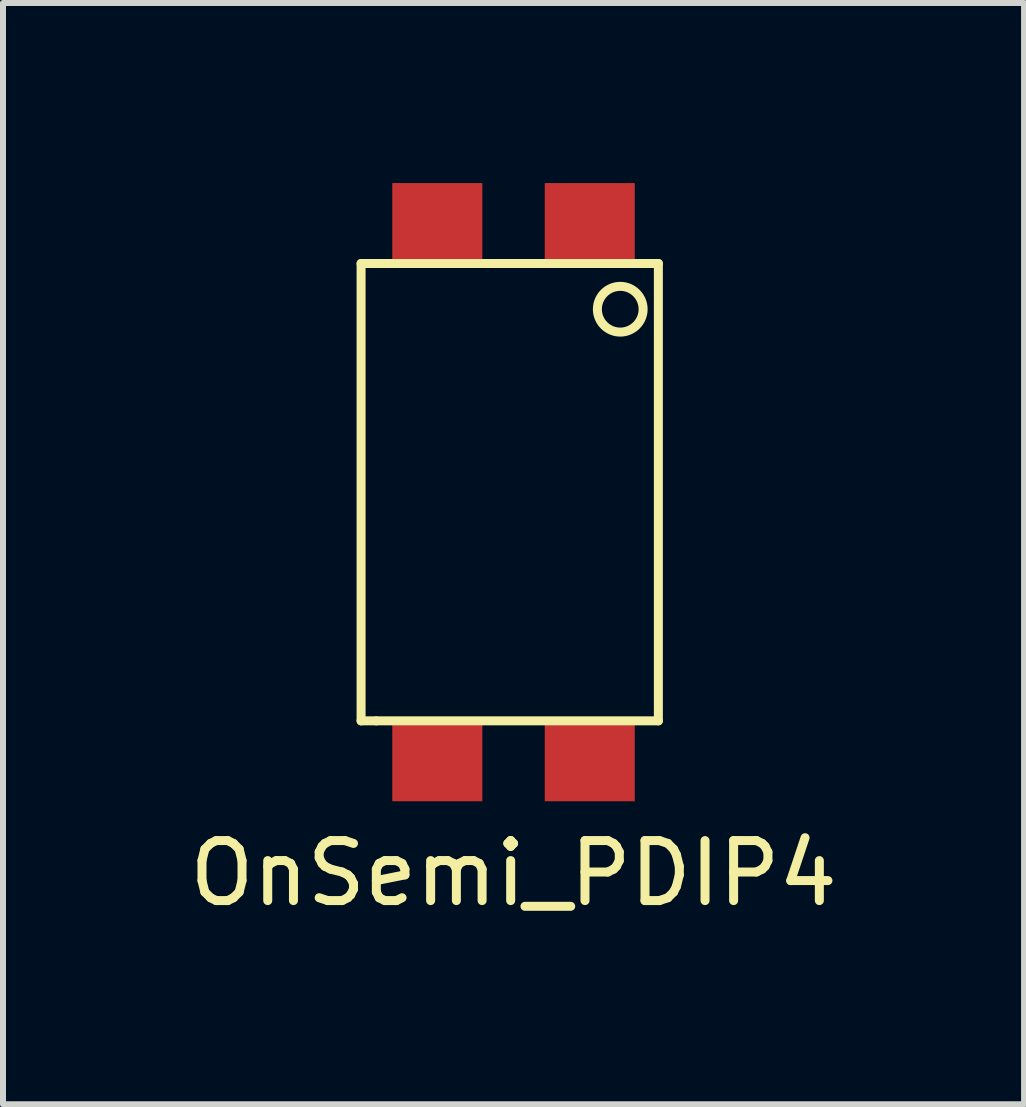
<source format=kicad_pcb>
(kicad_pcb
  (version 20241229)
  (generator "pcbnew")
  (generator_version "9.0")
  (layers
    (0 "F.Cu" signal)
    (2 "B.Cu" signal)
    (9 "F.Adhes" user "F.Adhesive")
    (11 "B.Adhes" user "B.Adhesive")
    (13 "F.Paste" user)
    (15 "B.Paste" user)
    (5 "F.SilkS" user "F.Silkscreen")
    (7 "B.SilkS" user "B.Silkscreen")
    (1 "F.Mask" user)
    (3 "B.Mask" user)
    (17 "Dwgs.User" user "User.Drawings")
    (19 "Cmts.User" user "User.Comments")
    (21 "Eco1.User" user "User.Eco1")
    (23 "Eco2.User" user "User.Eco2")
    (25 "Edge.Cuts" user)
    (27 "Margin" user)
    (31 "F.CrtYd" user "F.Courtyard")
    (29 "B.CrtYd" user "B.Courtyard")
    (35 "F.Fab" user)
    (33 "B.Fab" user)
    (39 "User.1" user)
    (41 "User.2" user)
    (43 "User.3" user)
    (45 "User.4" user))
  (footprint "OnSemi_PDIP4"
    (layer "F.Cu")
    (at 5.506 5.15)
    (property "Reference" "OnSemi_PDIP4" (at 0 6.35 0) (layer "F.SilkS") (effects (font (size 1 1) (thickness 0.15))))
    (attr through_hole)
    (fp_line (start -2.54 -3.81) (end 2.413 -3.81) (stroke (width 0.15) (type solid)) (layer "F.SilkS"))
    (fp_line (start -2.54 3.81) (end -2.54 -3.81) (stroke (width 0.15) (type solid)) (layer "F.SilkS"))
    (fp_line (start -2.286 3.81) (end -2.54 3.81) (stroke (width 0.15) (type solid)) (layer "F.SilkS"))
    (fp_line (start 2.413 -3.81) (end 2.413 3.81) (stroke (width 0.15) (type solid)) (layer "F.SilkS"))
    (fp_line (start 2.413 3.81) (end -2.286 3.81) (stroke (width 0.15) (type solid)) (layer "F.SilkS"))
    (fp_circle (center 1.778 -3.048) (end 2.159 -3.048) (stroke (width 0.15) (type solid)) (fill no) (layer "F.SilkS"))
    (pad "1" smd rect (at 1.27 -4.5) (size 1.5 1.3) (layers "F.Cu" "F.Mask" "F.Paste"))
    (pad "2" smd rect (at -1.27 -4.5) (size 1.5 1.3) (layers "F.Cu" "F.Mask" "F.Paste"))
    (pad "3" smd rect (at -1.27 4.5) (size 1.5 1.3) (layers "F.Cu" "F.Mask" "F.Paste"))
    (pad "4" smd rect (at 1.27 4.5) (size 1.5 1.3) (layers "F.Cu" "F.Mask" "F.Paste")))
  (gr_rect
    (start -3 -3)
    (end 14.012 15.348)
    (stroke (width 0.1) (type default))
    (fill no)
    (layer "Edge.Cuts")))
</source>
